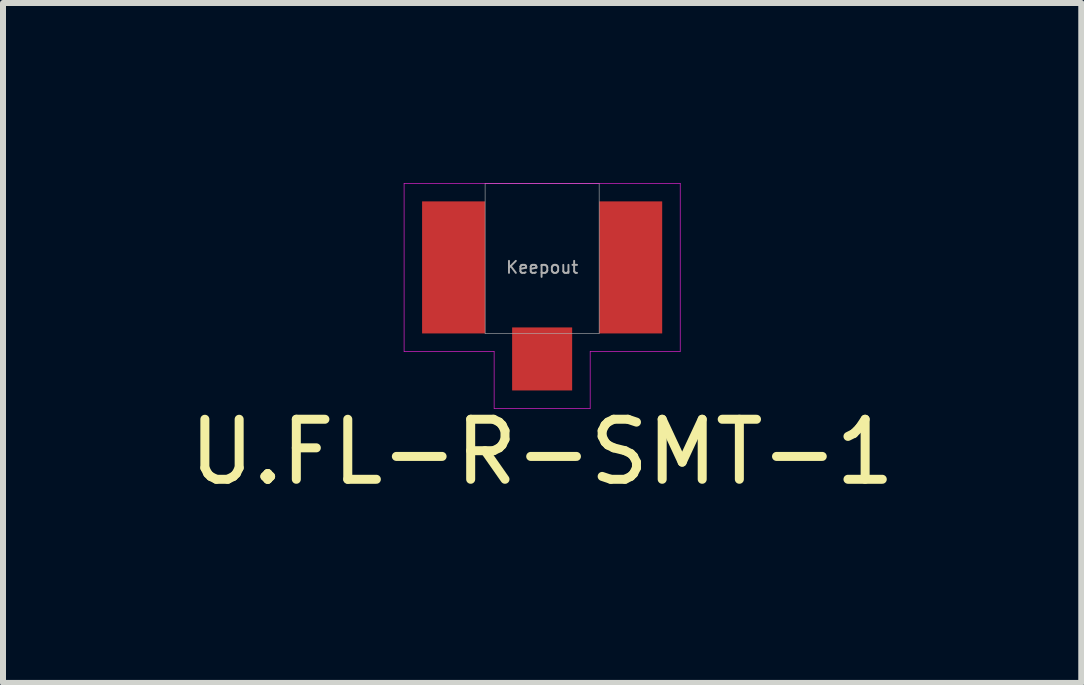
<source format=kicad_pcb>
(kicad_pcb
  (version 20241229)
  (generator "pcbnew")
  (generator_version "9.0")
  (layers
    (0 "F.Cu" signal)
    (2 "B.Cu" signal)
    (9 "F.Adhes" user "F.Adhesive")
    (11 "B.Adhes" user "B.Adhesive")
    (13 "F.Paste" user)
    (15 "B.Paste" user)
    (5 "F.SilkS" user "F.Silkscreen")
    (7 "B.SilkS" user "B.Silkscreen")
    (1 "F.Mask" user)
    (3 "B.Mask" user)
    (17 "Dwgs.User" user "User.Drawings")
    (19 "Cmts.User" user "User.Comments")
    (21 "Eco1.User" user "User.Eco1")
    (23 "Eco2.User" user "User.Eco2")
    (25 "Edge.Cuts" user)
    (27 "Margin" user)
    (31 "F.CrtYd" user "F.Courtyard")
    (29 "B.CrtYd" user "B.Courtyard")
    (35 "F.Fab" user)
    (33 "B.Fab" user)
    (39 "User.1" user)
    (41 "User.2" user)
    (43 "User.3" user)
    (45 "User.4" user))
  (footprint "U.FL-R-SMT-1"
    (layer "F.Cu")
    (at 5.982 1.405)
    (property "Reference" "U.FL-R-SMT-1" (at 0 3.075 0) (layer "F.SilkS") (effects (font (size 1 1) (thickness 0.15))))
    (attr through_hole)
    (fp_line (start -2.3 -1.4) (end 2.3 -1.4) (stroke (width 0.01) (type solid)) (layer "F.CrtYd"))
    (fp_line (start -2.3 1.4) (end -2.3 -1.4) (stroke (width 0.01) (type solid)) (layer "F.CrtYd"))
    (fp_line (start -0.8 1.4) (end -2.3 1.4) (stroke (width 0.01) (type solid)) (layer "F.CrtYd"))
    (fp_line (start -0.8 2.35) (end -0.8 1.4) (stroke (width 0.01) (type solid)) (layer "F.CrtYd"))
    (fp_line (start 0.8 1.4) (end 0.8 2.35) (stroke (width 0.01) (type solid)) (layer "F.CrtYd"))
    (fp_line (start 0.8 2.35) (end -0.8 2.35) (stroke (width 0.01) (type solid)) (layer "F.CrtYd"))
    (fp_line (start 2.3 -1.4) (end 2.3 1.4) (stroke (width 0.01) (type solid)) (layer "F.CrtYd"))
    (fp_line (start 2.3 1.4) (end 0.8 1.4) (stroke (width 0.01) (type solid)) (layer "F.CrtYd"))
    (fp_line (start -0.95 -1.4) (end 0.95 -1.4) (stroke (width 0.01) (type solid)) (layer "F.Fab"))
    (fp_line (start -0.95 1.1) (end -0.95 -1.4) (stroke (width 0.01) (type solid)) (layer "F.Fab"))
    (fp_line (start 0.95 -1.4) (end 0.95 1.1) (stroke (width 0.01) (type solid)) (layer "F.Fab"))
    (fp_line (start 0.95 1.1) (end -0.95 1.1) (stroke (width 0.01) (type solid)) (layer "F.Fab"))
    (fp_text user "Keepout" (at 0 0 0) (layer "F.Fab") (effects (font (size 0.2 0.2) (thickness 0.032))))
    (pad "1" smd rect (at 0 1.525) (size 1 1.05) (layers "F.Cu" "F.Mask" "F.Paste"))
    (pad "2" smd rect (at -1.475 0) (size 1.05 2.2) (layers "F.Cu" "F.Mask" "F.Paste"))
    (pad "2" smd rect (at 1.475 0) (size 1.05 2.2) (layers "F.Cu" "F.Mask" "F.Paste")))
  (gr_rect
    (start -3 -3)
    (end 14.964 8.328)
    (stroke (width 0.1) (type default))
    (fill no)
    (layer "Edge.Cuts")))
</source>
